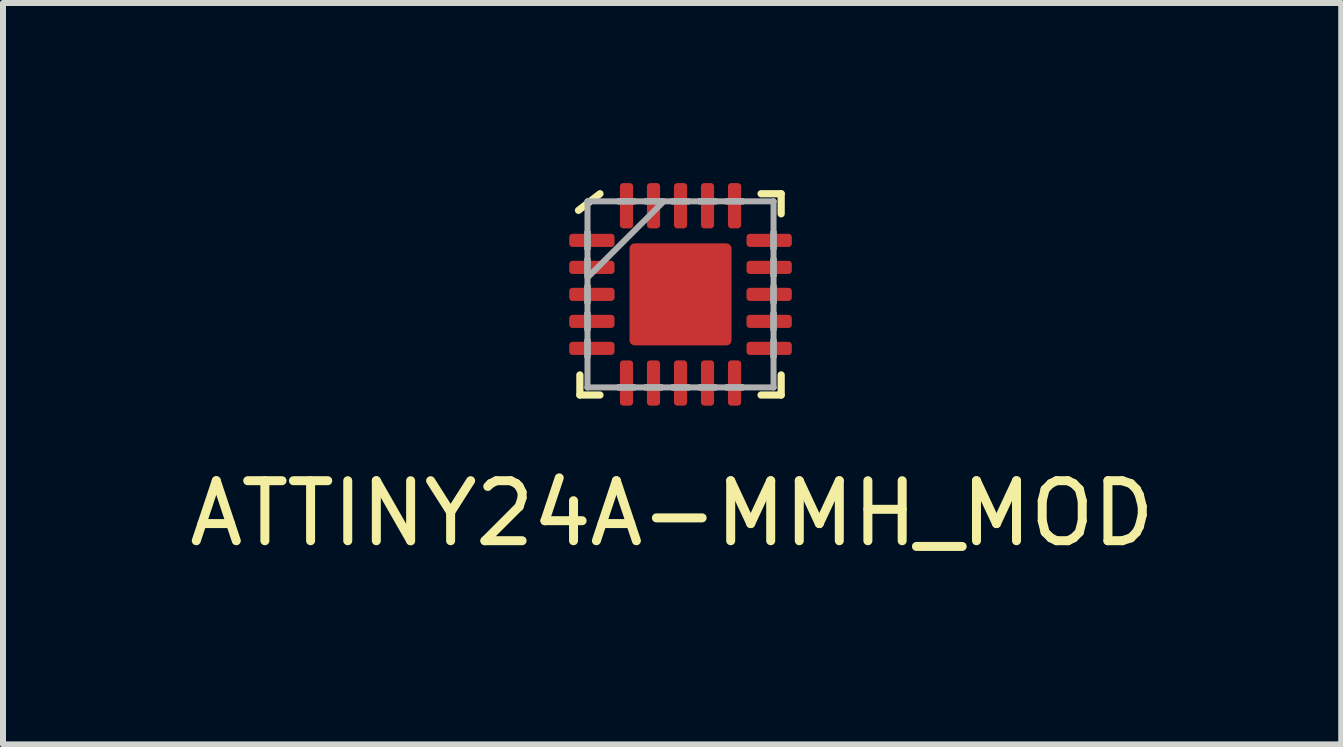
<source format=kicad_pcb>
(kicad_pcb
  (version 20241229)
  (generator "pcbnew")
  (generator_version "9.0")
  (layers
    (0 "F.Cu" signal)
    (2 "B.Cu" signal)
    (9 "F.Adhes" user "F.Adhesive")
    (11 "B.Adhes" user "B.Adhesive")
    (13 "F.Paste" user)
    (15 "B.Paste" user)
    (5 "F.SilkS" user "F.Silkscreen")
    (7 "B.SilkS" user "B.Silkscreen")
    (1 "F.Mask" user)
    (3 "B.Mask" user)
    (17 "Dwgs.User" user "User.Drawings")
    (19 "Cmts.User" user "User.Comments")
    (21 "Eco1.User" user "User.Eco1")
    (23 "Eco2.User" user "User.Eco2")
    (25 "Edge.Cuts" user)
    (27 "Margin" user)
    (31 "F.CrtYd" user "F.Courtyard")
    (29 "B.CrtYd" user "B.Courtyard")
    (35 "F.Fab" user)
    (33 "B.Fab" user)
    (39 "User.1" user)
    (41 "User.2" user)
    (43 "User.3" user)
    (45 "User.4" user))
  (footprint "ATTINY24A-MMH_MOD"
    (layer "F.Cu")
    (at 8.289 1.855)
    (property "Reference" "ATTINY24A-MMH_MOD" (at -0.14 3.65 0) (layer "F.SilkS") (effects (font (size 1 1) (thickness 0.15))))
    (attr through_hole)
    (fp_line (start -1.677 1.342) (end -1.677 1.677) (stroke (width 0.12) (type solid)) (layer "F.SilkS"))
    (fp_line (start -1.677 1.677) (end -1.342 1.677) (stroke (width 0.12) (type solid)) (layer "F.SilkS"))
    (fp_line (start -1.342 -1.677) (end -1.7 -1.4) (stroke (width 0.12) (type solid)) (layer "F.SilkS"))
    (fp_line (start 1.342 1.677) (end 1.677 1.677) (stroke (width 0.12) (type solid)) (layer "F.SilkS"))
    (fp_line (start 1.677 -1.677) (end 1.342 -1.677) (stroke (width 0.12) (type solid)) (layer "F.SilkS"))
    (fp_line (start 1.677 -1.342) (end 1.677 -1.677) (stroke (width 0.12) (type solid)) (layer "F.SilkS"))
    (fp_line (start 1.677 1.677) (end 1.677 1.342) (stroke (width 0.12) (type solid)) (layer "F.SilkS"))
    (fp_line (start -1.55 -1.55) (end -1.55 -1.55) (stroke (width 0.1) (type solid)) (layer "F.Fab"))
    (fp_line (start -1.55 -1.55) (end -1.55 1.55) (stroke (width 0.1) (type solid)) (layer "F.Fab"))
    (fp_line (start -1.55 -1.035) (end -1.55 -1.035) (stroke (width 0.1) (type solid)) (layer "F.Fab"))
    (fp_line (start -1.55 -1.035) (end -1.55 -0.765) (stroke (width 0.1) (type solid)) (layer "F.Fab"))
    (fp_line (start -1.55 -0.765) (end -1.55 -1.035) (stroke (width 0.1) (type solid)) (layer "F.Fab"))
    (fp_line (start -1.55 -0.765) (end -1.55 -0.765) (stroke (width 0.1) (type solid)) (layer "F.Fab"))
    (fp_line (start -1.55 -0.585) (end -1.55 -0.585) (stroke (width 0.1) (type solid)) (layer "F.Fab"))
    (fp_line (start -1.55 -0.585) (end -1.55 -0.315) (stroke (width 0.1) (type solid)) (layer "F.Fab"))
    (fp_line (start -1.55 -0.315) (end -1.55 -0.585) (stroke (width 0.1) (type solid)) (layer "F.Fab"))
    (fp_line (start -1.55 -0.315) (end -1.55 -0.315) (stroke (width 0.1) (type solid)) (layer "F.Fab"))
    (fp_line (start -1.55 -0.28) (end -0.28 -1.55) (stroke (width 0.1) (type solid)) (layer "F.Fab"))
    (fp_line (start -1.55 -0.135) (end -1.55 -0.135) (stroke (width 0.1) (type solid)) (layer "F.Fab"))
    (fp_line (start -1.55 -0.135) (end -1.55 0.135) (stroke (width 0.1) (type solid)) (layer "F.Fab"))
    (fp_line (start -1.55 0.135) (end -1.55 -0.135) (stroke (width 0.1) (type solid)) (layer "F.Fab"))
    (fp_line (start -1.55 0.135) (end -1.55 0.135) (stroke (width 0.1) (type solid)) (layer "F.Fab"))
    (fp_line (start -1.55 0.315) (end -1.55 0.315) (stroke (width 0.1) (type solid)) (layer "F.Fab"))
    (fp_line (start -1.55 0.315) (end -1.55 0.585) (stroke (width 0.1) (type solid)) (layer "F.Fab"))
    (fp_line (start -1.55 0.585) (end -1.55 0.315) (stroke (width 0.1) (type solid)) (layer "F.Fab"))
    (fp_line (start -1.55 0.585) (end -1.55 0.585) (stroke (width 0.1) (type solid)) (layer "F.Fab"))
    (fp_line (start -1.55 0.765) (end -1.55 0.765) (stroke (width 0.1) (type solid)) (layer "F.Fab"))
    (fp_line (start -1.55 0.765) (end -1.55 1.035) (stroke (width 0.1) (type solid)) (layer "F.Fab"))
    (fp_line (start -1.55 1.035) (end -1.55 0.765) (stroke (width 0.1) (type solid)) (layer "F.Fab"))
    (fp_line (start -1.55 1.035) (end -1.55 1.035) (stroke (width 0.1) (type solid)) (layer "F.Fab"))
    (fp_line (start -1.55 1.55) (end -1.55 1.55) (stroke (width 0.1) (type solid)) (layer "F.Fab"))
    (fp_line (start -1.55 1.55) (end 1.55 1.55) (stroke (width 0.1) (type solid)) (layer "F.Fab"))
    (fp_line (start -1.035 -1.55) (end -1.035 -1.55) (stroke (width 0.1) (type solid)) (layer "F.Fab"))
    (fp_line (start -1.035 -1.55) (end -0.765 -1.55) (stroke (width 0.1) (type solid)) (layer "F.Fab"))
    (fp_line (start -1.035 1.55) (end -1.035 1.55) (stroke (width 0.1) (type solid)) (layer "F.Fab"))
    (fp_line (start -1.035 1.55) (end -0.765 1.55) (stroke (width 0.1) (type solid)) (layer "F.Fab"))
    (fp_line (start -0.765 -1.55) (end -1.035 -1.55) (stroke (width 0.1) (type solid)) (layer "F.Fab"))
    (fp_line (start -0.765 -1.55) (end -0.765 -1.55) (stroke (width 0.1) (type solid)) (layer "F.Fab"))
    (fp_line (start -0.765 1.55) (end -1.035 1.55) (stroke (width 0.1) (type solid)) (layer "F.Fab"))
    (fp_line (start -0.765 1.55) (end -0.765 1.55) (stroke (width 0.1) (type solid)) (layer "F.Fab"))
    (fp_line (start -0.585 -1.55) (end -0.585 -1.55) (stroke (width 0.1) (type solid)) (layer "F.Fab"))
    (fp_line (start -0.585 -1.55) (end -0.315 -1.55) (stroke (width 0.1) (type solid)) (layer "F.Fab"))
    (fp_line (start -0.585 1.55) (end -0.585 1.55) (stroke (width 0.1) (type solid)) (layer "F.Fab"))
    (fp_line (start -0.585 1.55) (end -0.315 1.55) (stroke (width 0.1) (type solid)) (layer "F.Fab"))
    (fp_line (start -0.315 -1.55) (end -0.585 -1.55) (stroke (width 0.1) (type solid)) (layer "F.Fab"))
    (fp_line (start -0.315 -1.55) (end -0.315 -1.55) (stroke (width 0.1) (type solid)) (layer "F.Fab"))
    (fp_line (start -0.315 1.55) (end -0.585 1.55) (stroke (width 0.1) (type solid)) (layer "F.Fab"))
    (fp_line (start -0.315 1.55) (end -0.315 1.55) (stroke (width 0.1) (type solid)) (layer "F.Fab"))
    (fp_line (start -0.135 -1.55) (end -0.135 -1.55) (stroke (width 0.1) (type solid)) (layer "F.Fab"))
    (fp_line (start -0.135 -1.55) (end 0.135 -1.55) (stroke (width 0.1) (type solid)) (layer "F.Fab"))
    (fp_line (start -0.135 1.55) (end -0.135 1.55) (stroke (width 0.1) (type solid)) (layer "F.Fab"))
    (fp_line (start -0.135 1.55) (end 0.135 1.55) (stroke (width 0.1) (type solid)) (layer "F.Fab"))
    (fp_line (start 0.135 -1.55) (end -0.135 -1.55) (stroke (width 0.1) (type solid)) (layer "F.Fab"))
    (fp_line (start 0.135 -1.55) (end 0.135 -1.55) (stroke (width 0.1) (type solid)) (layer "F.Fab"))
    (fp_line (start 0.135 1.55) (end -0.135 1.55) (stroke (width 0.1) (type solid)) (layer "F.Fab"))
    (fp_line (start 0.135 1.55) (end 0.135 1.55) (stroke (width 0.1) (type solid)) (layer "F.Fab"))
    (fp_line (start 0.315 -1.55) (end 0.315 -1.55) (stroke (width 0.1) (type solid)) (layer "F.Fab"))
    (fp_line (start 0.315 -1.55) (end 0.585 -1.55) (stroke (width 0.1) (type solid)) (layer "F.Fab"))
    (fp_line (start 0.315 1.55) (end 0.315 1.55) (stroke (width 0.1) (type solid)) (layer "F.Fab"))
    (fp_line (start 0.315 1.55) (end 0.585 1.55) (stroke (width 0.1) (type solid)) (layer "F.Fab"))
    (fp_line (start 0.585 -1.55) (end 0.315 -1.55) (stroke (width 0.1) (type solid)) (layer "F.Fab"))
    (fp_line (start 0.585 -1.55) (end 0.585 -1.55) (stroke (width 0.1) (type solid)) (layer "F.Fab"))
    (fp_line (start 0.585 1.55) (end 0.315 1.55) (stroke (width 0.1) (type solid)) (layer "F.Fab"))
    (fp_line (start 0.585 1.55) (end 0.585 1.55) (stroke (width 0.1) (type solid)) (layer "F.Fab"))
    (fp_line (start 0.765 -1.55) (end 0.765 -1.55) (stroke (width 0.1) (type solid)) (layer "F.Fab"))
    (fp_line (start 0.765 -1.55) (end 1.035 -1.55) (stroke (width 0.1) (type solid)) (layer "F.Fab"))
    (fp_line (start 0.765 1.55) (end 0.765 1.55) (stroke (width 0.1) (type solid)) (layer "F.Fab"))
    (fp_line (start 0.765 1.55) (end 1.035 1.55) (stroke (width 0.1) (type solid)) (layer "F.Fab"))
    (fp_line (start 1.035 -1.55) (end 0.765 -1.55) (stroke (width 0.1) (type solid)) (layer "F.Fab"))
    (fp_line (start 1.035 -1.55) (end 1.035 -1.55) (stroke (width 0.1) (type solid)) (layer "F.Fab"))
    (fp_line (start 1.035 1.55) (end 0.765 1.55) (stroke (width 0.1) (type solid)) (layer "F.Fab"))
    (fp_line (start 1.035 1.55) (end 1.035 1.55) (stroke (width 0.1) (type solid)) (layer "F.Fab"))
    (fp_line (start 1.55 -1.55) (end -1.55 -1.55) (stroke (width 0.1) (type solid)) (layer "F.Fab"))
    (fp_line (start 1.55 -1.55) (end 1.55 -1.55) (stroke (width 0.1) (type solid)) (layer "F.Fab"))
    (fp_line (start 1.55 -1.035) (end 1.55 -1.035) (stroke (width 0.1) (type solid)) (layer "F.Fab"))
    (fp_line (start 1.55 -1.035) (end 1.55 -0.765) (stroke (width 0.1) (type solid)) (layer "F.Fab"))
    (fp_line (start 1.55 -0.765) (end 1.55 -1.035) (stroke (width 0.1) (type solid)) (layer "F.Fab"))
    (fp_line (start 1.55 -0.765) (end 1.55 -0.765) (stroke (width 0.1) (type solid)) (layer "F.Fab"))
    (fp_line (start 1.55 -0.585) (end 1.55 -0.585) (stroke (width 0.1) (type solid)) (layer "F.Fab"))
    (fp_line (start 1.55 -0.585) (end 1.55 -0.315) (stroke (width 0.1) (type solid)) (layer "F.Fab"))
    (fp_line (start 1.55 -0.315) (end 1.55 -0.585) (stroke (width 0.1) (type solid)) (layer "F.Fab"))
    (fp_line (start 1.55 -0.315) (end 1.55 -0.315) (stroke (width 0.1) (type solid)) (layer "F.Fab"))
    (fp_line (start 1.55 -0.135) (end 1.55 -0.135) (stroke (width 0.1) (type solid)) (layer "F.Fab"))
    (fp_line (start 1.55 -0.135) (end 1.55 0.135) (stroke (width 0.1) (type solid)) (layer "F.Fab"))
    (fp_line (start 1.55 0.135) (end 1.55 -0.135) (stroke (width 0.1) (type solid)) (layer "F.Fab"))
    (fp_line (start 1.55 0.135) (end 1.55 0.135) (stroke (width 0.1) (type solid)) (layer "F.Fab"))
    (fp_line (start 1.55 0.315) (end 1.55 0.315) (stroke (width 0.1) (type solid)) (layer "F.Fab"))
    (fp_line (start 1.55 0.315) (end 1.55 0.585) (stroke (width 0.1) (type solid)) (layer "F.Fab"))
    (fp_line (start 1.55 0.585) (end 1.55 0.315) (stroke (width 0.1) (type solid)) (layer "F.Fab"))
    (fp_line (start 1.55 0.585) (end 1.55 0.585) (stroke (width 0.1) (type solid)) (layer "F.Fab"))
    (fp_line (start 1.55 0.765) (end 1.55 0.765) (stroke (width 0.1) (type solid)) (layer "F.Fab"))
    (fp_line (start 1.55 0.765) (end 1.55 1.035) (stroke (width 0.1) (type solid)) (layer "F.Fab"))
    (fp_line (start 1.55 1.035) (end 1.55 0.765) (stroke (width 0.1) (type solid)) (layer "F.Fab"))
    (fp_line (start 1.55 1.035) (end 1.55 1.035) (stroke (width 0.1) (type solid)) (layer "F.Fab"))
    (fp_line (start 1.55 1.55) (end 1.55 -1.55) (stroke (width 0.1) (type solid)) (layer "F.Fab"))
    (fp_line (start 1.55 1.55) (end 1.55 1.55) (stroke (width 0.1) (type solid)) (layer "F.Fab"))
    (pad "1" smd roundrect (at -1.477 -0.9 90) (size 0.219 0.755) (layers "F.Cu" "F.Mask" "F.Paste") (roundrect_rratio 0.25))
    (pad "2" smd roundrect (at -1.477 -0.45 90) (size 0.219 0.755) (layers "F.Cu" "F.Mask" "F.Paste") (roundrect_rratio 0.25))
    (pad "3" smd roundrect (at -1.477 0 90) (size 0.219 0.755) (layers "F.Cu" "F.Mask" "F.Paste") (roundrect_rratio 0.25))
    (pad "4" smd roundrect (at -1.477 0.45 90) (size 0.219 0.755) (layers "F.Cu" "F.Mask" "F.Paste") (roundrect_rratio 0.25))
    (pad "5" smd roundrect (at -1.477 0.9 90) (size 0.219 0.755) (layers "F.Cu" "F.Mask" "F.Paste") (roundrect_rratio 0.25))
    (pad "6" smd roundrect (at -0.9 1.477) (size 0.219 0.755) (layers "F.Cu" "F.Mask" "F.Paste") (roundrect_rratio 0.25))
    (pad "7" smd roundrect (at -0.45 1.477) (size 0.219 0.755) (layers "F.Cu" "F.Mask" "F.Paste") (roundrect_rratio 0.25))
    (pad "8" smd roundrect (at 0 1.477) (size 0.219 0.755) (layers "F.Cu" "F.Mask" "F.Paste") (roundrect_rratio 0.25))
    (pad "9" smd roundrect (at 0.45 1.477) (size 0.219 0.755) (layers "F.Cu" "F.Mask" "F.Paste") (roundrect_rratio 0.25))
    (pad "10" smd roundrect (at 0.9 1.477) (size 0.219 0.755) (layers "F.Cu" "F.Mask" "F.Paste") (roundrect_rratio 0.25))
    (pad "11" smd roundrect (at 1.477 0.9 90) (size 0.219 0.755) (layers "F.Cu" "F.Mask" "F.Paste") (roundrect_rratio 0.25))
    (pad "12" smd roundrect (at 1.477 0.45 90) (size 0.219 0.755) (layers "F.Cu" "F.Mask" "F.Paste") (roundrect_rratio 0.25))
    (pad "13" smd roundrect (at 1.477 0 90) (size 0.219 0.755) (layers "F.Cu" "F.Mask" "F.Paste") (roundrect_rratio 0.25))
    (pad "14" smd roundrect (at 1.477 -0.45 90) (size 0.219 0.755) (layers "F.Cu" "F.Mask" "F.Paste") (roundrect_rratio 0.25))
    (pad "15" smd roundrect (at 1.477 -0.9 90) (size 0.219 0.755) (layers "F.Cu" "F.Mask" "F.Paste") (roundrect_rratio 0.25))
    (pad "16" smd roundrect (at 0.9 -1.477) (size 0.219 0.755) (layers "F.Cu" "F.Mask" "F.Paste") (roundrect_rratio 0.25))
    (pad "17" smd roundrect (at 0.45 -1.477) (size 0.219 0.755) (layers "F.Cu" "F.Mask" "F.Paste") (roundrect_rratio 0.25))
    (pad "18" smd roundrect (at 0 -1.477) (size 0.219 0.755) (layers "F.Cu" "F.Mask" "F.Paste") (roundrect_rratio 0.25))
    (pad "19" smd roundrect (at -0.45 -1.477) (size 0.219 0.755) (layers "F.Cu" "F.Mask" "F.Paste") (roundrect_rratio 0.25))
    (pad "20" smd roundrect (at -0.9 -1.477) (size 0.219 0.755) (layers "F.Cu" "F.Mask" "F.Paste") (roundrect_rratio 0.25))
    (pad "21" smd roundrect (at 0 0) (size 1.7 1.7) (layers "F.Cu" "F.Mask" "F.Paste") (roundrect_rratio 0.05)))
  (gr_rect
    (start -3 -3)
    (end 19.298 9.353)
    (stroke (width 0.1) (type default))
    (fill no)
    (layer "Edge.Cuts")))
</source>
